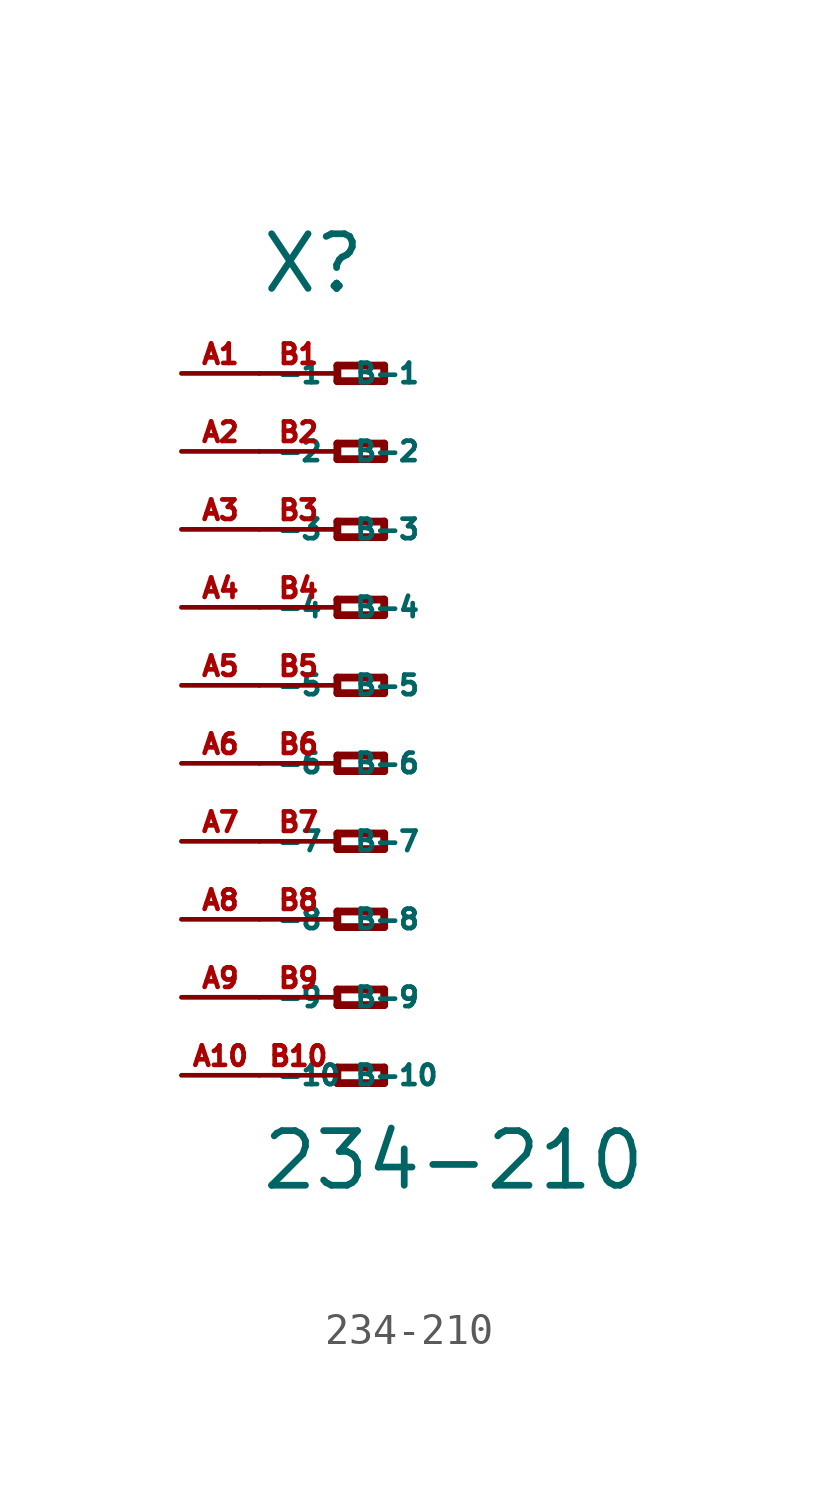
<source format=kicad_sym>
(kicad_symbol_lib
  (version 20220914)
  (generator Eagle2Kicad)
  (symbol "234-210"
    (property "Reference" "X"
      (at -5.08 12.7 0)
      (effects (font (size 1.778 1.778) (thickness 0.22)) (justify left bottom)))
    (property "Value" "234-210"
      (at -5.08 -16.51 0)
      (effects (font (size 1.778 1.778) (thickness 0.22)) (justify left bottom)))
    (polyline
      (pts (xy -2.54 10.414) (xy -2.54 9.906))
      (stroke (width 0.254) (type default))
      (fill (type none)))
    (polyline
      (pts (xy -2.54 9.906) (xy -1.016 9.906))
      (stroke (width 0.254) (type default))
      (fill (type none)))
    (polyline
      (pts (xy -1.016 9.906) (xy -1.016 10.414))
      (stroke (width 0.254) (type default))
      (fill (type none)))
    (polyline
      (pts (xy -1.016 10.414) (xy -2.54 10.414))
      (stroke (width 0.254) (type default))
      (fill (type none)))
    (polyline
      (pts (xy -2.54 7.874) (xy -2.54 7.366))
      (stroke (width 0.254) (type default))
      (fill (type none)))
    (polyline
      (pts (xy -2.54 7.366) (xy -1.016 7.366))
      (stroke (width 0.254) (type default))
      (fill (type none)))
    (polyline
      (pts (xy -1.016 7.366) (xy -1.016 7.874))
      (stroke (width 0.254) (type default))
      (fill (type none)))
    (polyline
      (pts (xy -1.016 7.874) (xy -2.54 7.874))
      (stroke (width 0.254) (type default))
      (fill (type none)))
    (polyline
      (pts (xy -2.54 5.334) (xy -2.54 4.826))
      (stroke (width 0.254) (type default))
      (fill (type none)))
    (polyline
      (pts (xy -2.54 4.826) (xy -1.016 4.826))
      (stroke (width 0.254) (type default))
      (fill (type none)))
    (polyline
      (pts (xy -1.016 4.826) (xy -1.016 5.334))
      (stroke (width 0.254) (type default))
      (fill (type none)))
    (polyline
      (pts (xy -1.016 5.334) (xy -2.54 5.334))
      (stroke (width 0.254) (type default))
      (fill (type none)))
    (polyline
      (pts (xy -2.54 2.794) (xy -2.54 2.286))
      (stroke (width 0.254) (type default))
      (fill (type none)))
    (polyline
      (pts (xy -2.54 2.286) (xy -1.016 2.286))
      (stroke (width 0.254) (type default))
      (fill (type none)))
    (polyline
      (pts (xy -1.016 2.286) (xy -1.016 2.794))
      (stroke (width 0.254) (type default))
      (fill (type none)))
    (polyline
      (pts (xy -1.016 2.794) (xy -2.54 2.794))
      (stroke (width 0.254) (type default))
      (fill (type none)))
    (polyline
      (pts (xy -2.54 0.254) (xy -2.54 -0.254))
      (stroke (width 0.254) (type default))
      (fill (type none)))
    (polyline
      (pts (xy -2.54 -0.254) (xy -1.016 -0.254))
      (stroke (width 0.254) (type default))
      (fill (type none)))
    (polyline
      (pts (xy -1.016 -0.254) (xy -1.016 0.254))
      (stroke (width 0.254) (type default))
      (fill (type none)))
    (polyline
      (pts (xy -1.016 0.254) (xy -2.54 0.254))
      (stroke (width 0.254) (type default))
      (fill (type none)))
    (polyline
      (pts (xy -2.54 -2.286) (xy -2.54 -2.794))
      (stroke (width 0.254) (type default))
      (fill (type none)))
    (polyline
      (pts (xy -2.54 -2.794) (xy -1.016 -2.794))
      (stroke (width 0.254) (type default))
      (fill (type none)))
    (polyline
      (pts (xy -1.016 -2.794) (xy -1.016 -2.286))
      (stroke (width 0.254) (type default))
      (fill (type none)))
    (polyline
      (pts (xy -1.016 -2.286) (xy -2.54 -2.286))
      (stroke (width 0.254) (type default))
      (fill (type none)))
    (polyline
      (pts (xy -2.54 -4.826) (xy -2.54 -5.334))
      (stroke (width 0.254) (type default))
      (fill (type none)))
    (polyline
      (pts (xy -2.54 -5.334) (xy -1.016 -5.334))
      (stroke (width 0.254) (type default))
      (fill (type none)))
    (polyline
      (pts (xy -1.016 -5.334) (xy -1.016 -4.826))
      (stroke (width 0.254) (type default))
      (fill (type none)))
    (polyline
      (pts (xy -1.016 -4.826) (xy -2.54 -4.826))
      (stroke (width 0.254) (type default))
      (fill (type none)))
    (polyline
      (pts (xy -2.54 -7.366) (xy -2.54 -7.874))
      (stroke (width 0.254) (type default))
      (fill (type none)))
    (polyline
      (pts (xy -2.54 -7.874) (xy -1.016 -7.874))
      (stroke (width 0.254) (type default))
      (fill (type none)))
    (polyline
      (pts (xy -1.016 -7.874) (xy -1.016 -7.366))
      (stroke (width 0.254) (type default))
      (fill (type none)))
    (polyline
      (pts (xy -1.016 -7.366) (xy -2.54 -7.366))
      (stroke (width 0.254) (type default))
      (fill (type none)))
    (polyline
      (pts (xy -2.54 -9.906) (xy -2.54 -10.414))
      (stroke (width 0.254) (type default))
      (fill (type none)))
    (polyline
      (pts (xy -2.54 -10.414) (xy -1.016 -10.414))
      (stroke (width 0.254) (type default))
      (fill (type none)))
    (polyline
      (pts (xy -1.016 -10.414) (xy -1.016 -9.906))
      (stroke (width 0.254) (type default))
      (fill (type none)))
    (polyline
      (pts (xy -1.016 -9.906) (xy -2.54 -9.906))
      (stroke (width 0.254) (type default))
      (fill (type none)))
    (polyline
      (pts (xy -2.54 -12.446) (xy -2.54 -12.954))
      (stroke (width 0.254) (type default))
      (fill (type none)))
    (polyline
      (pts (xy -2.54 -12.954) (xy -1.016 -12.954))
      (stroke (width 0.254) (type default))
      (fill (type none)))
    (polyline
      (pts (xy -1.016 -12.954) (xy -1.016 -12.446))
      (stroke (width 0.254) (type default))
      (fill (type none)))
    (polyline
      (pts (xy -1.016 -12.446) (xy -2.54 -12.446))
      (stroke (width 0.254) (type default))
      (fill (type none)))
    (pin passive line
      (at -7.62 10.16 0)
      (length 2.54)
      (name "-1" (effects (font (size 0.635 0.635) (thickness 0.08)) (justify left bottom)))
      (number "A1" (effects (font (size 0.635 0.635) (thickness 0.08)) (justify left bottom))))
    (pin passive line
      (at -7.62 7.62 0)
      (length 2.54)
      (name "-2" (effects (font (size 0.635 0.635) (thickness 0.08)) (justify left bottom)))
      (number "A2" (effects (font (size 0.635 0.635) (thickness 0.08)) (justify left bottom))))
    (pin passive line
      (at -7.62 5.08 0)
      (length 2.54)
      (name "-3" (effects (font (size 0.635 0.635) (thickness 0.08)) (justify left bottom)))
      (number "A3" (effects (font (size 0.635 0.635) (thickness 0.08)) (justify left bottom))))
    (pin passive line
      (at -7.62 2.54 0)
      (length 2.54)
      (name "-4" (effects (font (size 0.635 0.635) (thickness 0.08)) (justify left bottom)))
      (number "A4" (effects (font (size 0.635 0.635) (thickness 0.08)) (justify left bottom))))
    (pin passive line
      (at -7.62 0 0)
      (length 2.54)
      (name "-5" (effects (font (size 0.635 0.635) (thickness 0.08)) (justify left bottom)))
      (number "A5" (effects (font (size 0.635 0.635) (thickness 0.08)) (justify left bottom))))
    (pin passive line
      (at -7.62 -2.54 0)
      (length 2.54)
      (name "-6" (effects (font (size 0.635 0.635) (thickness 0.08)) (justify left bottom)))
      (number "A6" (effects (font (size 0.635 0.635) (thickness 0.08)) (justify left bottom))))
    (pin passive line
      (at -7.62 -5.08 0)
      (length 2.54)
      (name "-7" (effects (font (size 0.635 0.635) (thickness 0.08)) (justify left bottom)))
      (number "A7" (effects (font (size 0.635 0.635) (thickness 0.08)) (justify left bottom))))
    (pin passive line
      (at -7.62 -7.62 0)
      (length 2.54)
      (name "-8" (effects (font (size 0.635 0.635) (thickness 0.08)) (justify left bottom)))
      (number "A8" (effects (font (size 0.635 0.635) (thickness 0.08)) (justify left bottom))))
    (pin passive line
      (at -7.62 -10.16 0)
      (length 2.54)
      (name "-9" (effects (font (size 0.635 0.635) (thickness 0.08)) (justify left bottom)))
      (number "A9" (effects (font (size 0.635 0.635) (thickness 0.08)) (justify left bottom))))
    (pin passive line
      (at -7.62 -12.7 0)
      (length 2.54)
      (name "-10" (effects (font (size 0.635 0.635) (thickness 0.08)) (justify left bottom)))
      (number "A10" (effects (font (size 0.635 0.635) (thickness 0.08)) (justify left bottom))))
    (pin passive line
      (at -5.08 -12.7 0)
      (length 2.54)
      (name "B-10" (effects (font (size 0.635 0.635) (thickness 0.08)) (justify left bottom)))
      (number "B10" (effects (font (size 0.635 0.635) (thickness 0.08)) (justify left bottom))))
    (pin passive line
      (at -5.08 10.16 0)
      (length 2.54)
      (name "B-1" (effects (font (size 0.635 0.635) (thickness 0.08)) (justify left bottom)))
      (number "B1" (effects (font (size 0.635 0.635) (thickness 0.08)) (justify left bottom))))
    (pin passive line
      (at -5.08 7.62 0)
      (length 2.54)
      (name "B-2" (effects (font (size 0.635 0.635) (thickness 0.08)) (justify left bottom)))
      (number "B2" (effects (font (size 0.635 0.635) (thickness 0.08)) (justify left bottom))))
    (pin passive line
      (at -5.08 5.08 0)
      (length 2.54)
      (name "B-3" (effects (font (size 0.635 0.635) (thickness 0.08)) (justify left bottom)))
      (number "B3" (effects (font (size 0.635 0.635) (thickness 0.08)) (justify left bottom))))
    (pin passive line
      (at -5.08 2.54 0)
      (length 2.54)
      (name "B-4" (effects (font (size 0.635 0.635) (thickness 0.08)) (justify left bottom)))
      (number "B4" (effects (font (size 0.635 0.635) (thickness 0.08)) (justify left bottom))))
    (pin passive line
      (at -5.08 0 0)
      (length 2.54)
      (name "B-5" (effects (font (size 0.635 0.635) (thickness 0.08)) (justify left bottom)))
      (number "B5" (effects (font (size 0.635 0.635) (thickness 0.08)) (justify left bottom))))
    (pin passive line
      (at -5.08 -2.54 0)
      (length 2.54)
      (name "B-6" (effects (font (size 0.635 0.635) (thickness 0.08)) (justify left bottom)))
      (number "B6" (effects (font (size 0.635 0.635) (thickness 0.08)) (justify left bottom))))
    (pin passive line
      (at -5.08 -5.08 0)
      (length 2.54)
      (name "B-7" (effects (font (size 0.635 0.635) (thickness 0.08)) (justify left bottom)))
      (number "B7" (effects (font (size 0.635 0.635) (thickness 0.08)) (justify left bottom))))
    (pin passive line
      (at -5.08 -7.62 0)
      (length 2.54)
      (name "B-8" (effects (font (size 0.635 0.635) (thickness 0.08)) (justify left bottom)))
      (number "B8" (effects (font (size 0.635 0.635) (thickness 0.08)) (justify left bottom))))
    (pin passive line
      (at -5.08 -10.16 0)
      (length 2.54)
      (name "B-9" (effects (font (size 0.635 0.635) (thickness 0.08)) (justify left bottom)))
      (number "B9" (effects (font (size 0.635 0.635) (thickness 0.08)) (justify left bottom))))))
</source>
